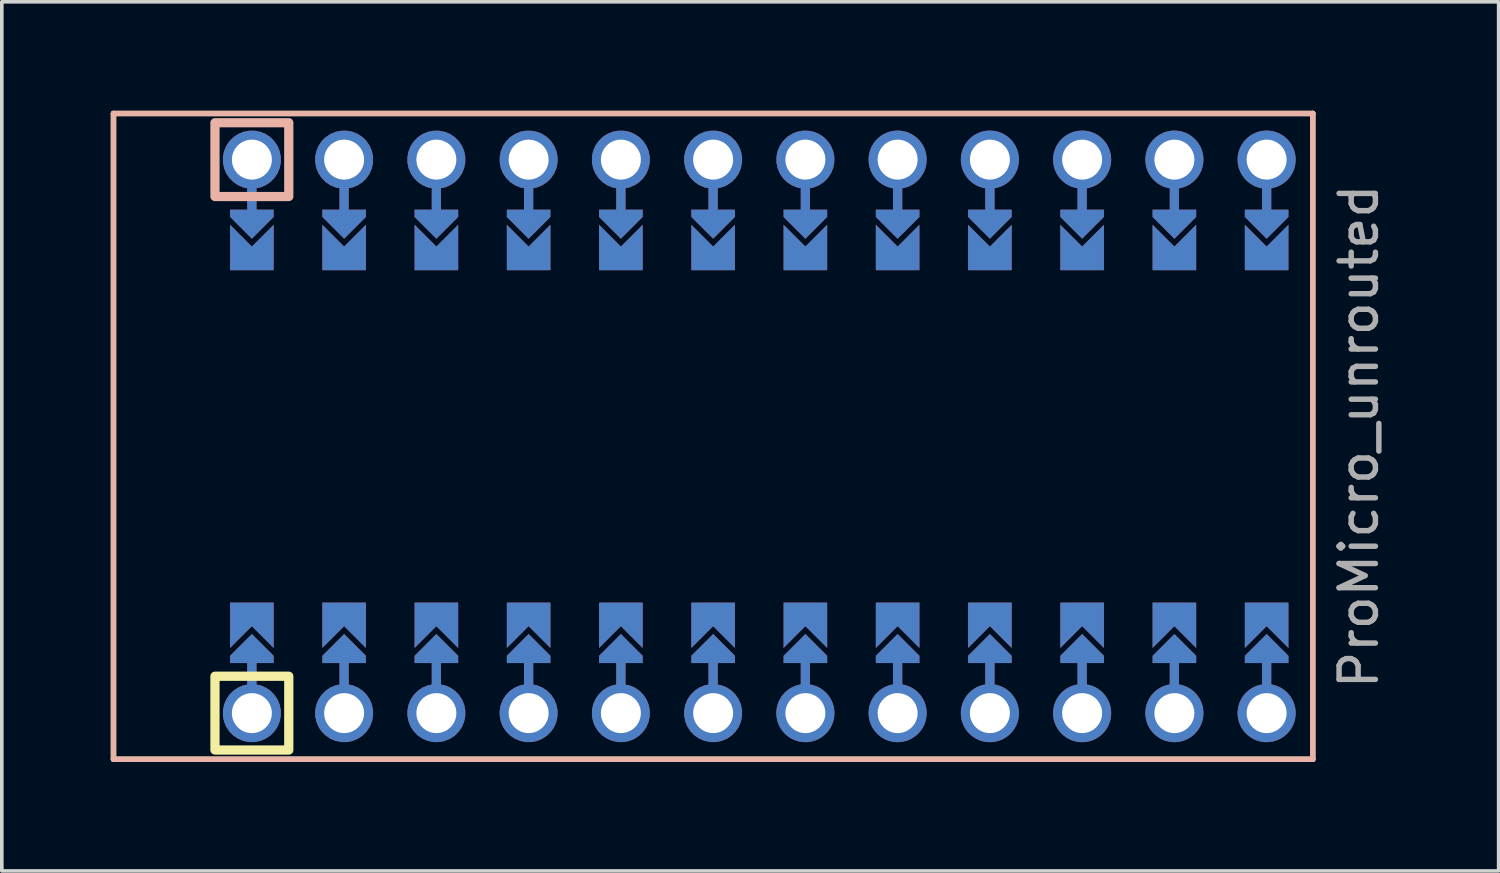
<source format=kicad_pcb>
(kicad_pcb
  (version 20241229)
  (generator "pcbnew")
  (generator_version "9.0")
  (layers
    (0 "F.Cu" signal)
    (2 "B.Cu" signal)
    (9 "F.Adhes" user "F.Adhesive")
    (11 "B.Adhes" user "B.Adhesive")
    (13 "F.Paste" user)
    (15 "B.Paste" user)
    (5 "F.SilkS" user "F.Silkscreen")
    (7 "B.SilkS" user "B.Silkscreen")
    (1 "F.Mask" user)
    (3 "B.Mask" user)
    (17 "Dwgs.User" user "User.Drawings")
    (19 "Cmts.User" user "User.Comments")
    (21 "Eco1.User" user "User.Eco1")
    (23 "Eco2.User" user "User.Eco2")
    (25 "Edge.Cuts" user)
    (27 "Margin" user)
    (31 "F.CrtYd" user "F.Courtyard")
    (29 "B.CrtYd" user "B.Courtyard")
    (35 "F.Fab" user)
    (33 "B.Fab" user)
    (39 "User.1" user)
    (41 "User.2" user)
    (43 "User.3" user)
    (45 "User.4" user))
  (footprint "ProMicro_unrouted"
    (layer "F.Cu")
    (at 17.855 8.965)
    (property "Reference" "ProMicro_unrouted" (at 16.51 0 90) (layer "F.Fab") (effects (font (size 1 1) (thickness 0.15))))
    (attr through_hole allow_soldermask_bridges)
    (private_layers "User.9")
    (fp_line (start 1.27 7.62) (end 1.27 5.842) (stroke (width 0.254) (type default)) (layer "F.Cu"))
    (fp_line (start 3.81 -7.62) (end 3.81 -5.842) (stroke (width 0.254) (type default)) (layer "F.Cu"))
    (fp_line (start 3.81 7.62) (end 3.81 5.842) (stroke (width 0.254) (type default)) (layer "F.Cu"))
    (fp_line (start 6.35 -7.62) (end 6.35 -5.842) (stroke (width 0.254) (type default)) (layer "F.Cu"))
    (fp_line (start 6.35 7.62) (end 6.35 5.842) (stroke (width 0.254) (type default)) (layer "F.Cu"))
    (fp_line (start 8.89 -7.62) (end 8.89 -5.842) (stroke (width 0.254) (type default)) (layer "F.Cu"))
    (fp_line (start 8.89 7.62) (end 8.89 5.842) (stroke (width 0.254) (type default)) (layer "F.Cu"))
    (fp_line (start 11.43 -7.62) (end 11.43 -5.842) (stroke (width 0.254) (type default)) (layer "F.Cu"))
    (fp_line (start 11.43 7.62) (end 11.43 5.842) (stroke (width 0.254) (type default)) (layer "F.Cu"))
    (fp_line (start 13.97 -7.62) (end 13.97 -5.842) (stroke (width 0.254) (type default)) (layer "F.Cu"))
    (fp_line (start 13.97 7.62) (end 13.97 5.842) (stroke (width 0.254) (type default)) (layer "F.Cu"))
    (fp_poly (pts (xy -14.478 5.08) (xy -13.462 5.08) (xy -13.462 6.096) (xy -14.478 6.096)) (stroke (width 0.2) (type solid)) (fill yes) (layer "F.Mask"))
    (fp_poly (pts (xy -13.462 -5.08) (xy -14.478 -5.08) (xy -14.478 -6.096) (xy -13.462 -6.096)) (stroke (width 0.2) (type solid)) (fill yes) (layer "F.Mask"))
    (fp_poly (pts (xy -11.938 5.08) (xy -10.922 5.08) (xy -10.922 6.096) (xy -11.938 6.096)) (stroke (width 0.2) (type solid)) (fill yes) (layer "F.Mask"))
    (fp_poly (pts (xy -10.922 -5.08) (xy -11.938 -5.08) (xy -11.938 -6.096) (xy -10.922 -6.096)) (stroke (width 0.2) (type solid)) (fill yes) (layer "F.Mask"))
    (fp_poly (pts (xy -9.398 5.08) (xy -8.382 5.08) (xy -8.382 6.096) (xy -9.398 6.096)) (stroke (width 0.2) (type solid)) (fill yes) (layer "F.Mask"))
    (fp_poly (pts (xy -8.382 -5.08) (xy -9.398 -5.08) (xy -9.398 -6.096) (xy -8.382 -6.096)) (stroke (width 0.2) (type solid)) (fill yes) (layer "F.Mask"))
    (fp_poly (pts (xy -6.858 5.08) (xy -5.842 5.08) (xy -5.842 6.096) (xy -6.858 6.096)) (stroke (width 0.2) (type solid)) (fill yes) (layer "F.Mask"))
    (fp_poly (pts (xy -5.842 -5.08) (xy -6.858 -5.08) (xy -6.858 -6.096) (xy -5.842 -6.096)) (stroke (width 0.2) (type solid)) (fill yes) (layer "F.Mask"))
    (fp_poly (pts (xy -4.318 5.08) (xy -3.302 5.08) (xy -3.302 6.096) (xy -4.318 6.096)) (stroke (width 0.2) (type solid)) (fill yes) (layer "F.Mask"))
    (fp_poly (pts (xy -3.302 -5.08) (xy -4.318 -5.08) (xy -4.318 -6.096) (xy -3.302 -6.096)) (stroke (width 0.2) (type solid)) (fill yes) (layer "F.Mask"))
    (fp_poly (pts (xy -1.778 5.08) (xy -0.762 5.08) (xy -0.762 6.096) (xy -1.778 6.096)) (stroke (width 0.2) (type solid)) (fill yes) (layer "F.Mask"))
    (fp_poly (pts (xy -0.762 -5.08) (xy -1.778 -5.08) (xy -1.778 -6.096) (xy -0.762 -6.096)) (stroke (width 0.2) (type solid)) (fill yes) (layer "F.Mask"))
    (fp_poly (pts (xy 0.762 5.08) (xy 1.778 5.08) (xy 1.778 6.096) (xy 0.762 6.096)) (stroke (width 0.2) (type solid)) (fill yes) (layer "F.Mask"))
    (fp_poly (pts (xy 1.778 -5.08) (xy 0.762 -5.08) (xy 0.762 -6.096) (xy 1.778 -6.096)) (stroke (width 0.2) (type solid)) (fill yes) (layer "F.Mask"))
    (fp_poly (pts (xy 3.302 5.08) (xy 4.318 5.08) (xy 4.318 6.096) (xy 3.302 6.096)) (stroke (width 0.2) (type solid)) (fill yes) (layer "F.Mask"))
    (fp_poly (pts (xy 4.318 -5.08) (xy 3.302 -5.08) (xy 3.302 -6.096) (xy 4.318 -6.096)) (stroke (width 0.2) (type solid)) (fill yes) (layer "F.Mask"))
    (fp_poly (pts (xy 5.842 5.08) (xy 6.858 5.08) (xy 6.858 6.096) (xy 5.842 6.096)) (stroke (width 0.2) (type solid)) (fill yes) (layer "F.Mask"))
    (fp_poly (pts (xy 6.858 -5.08) (xy 5.842 -5.08) (xy 5.842 -6.096) (xy 6.858 -6.096)) (stroke (width 0.2) (type solid)) (fill yes) (layer "F.Mask"))
    (fp_poly (pts (xy 8.382 5.08) (xy 9.398 5.08) (xy 9.398 6.096) (xy 8.382 6.096)) (stroke (width 0.2) (type solid)) (fill yes) (layer "F.Mask"))
    (fp_poly (pts (xy 9.398 -5.08) (xy 8.382 -5.08) (xy 8.382 -6.096) (xy 9.398 -6.096)) (stroke (width 0.2) (type solid)) (fill yes) (layer "F.Mask"))
    (fp_poly (pts (xy 10.922 5.08) (xy 11.938 5.08) (xy 11.938 6.096) (xy 10.922 6.096)) (stroke (width 0.2) (type solid)) (fill yes) (layer "F.Mask"))
    (fp_poly (pts (xy 11.938 -5.08) (xy 10.922 -5.08) (xy 10.922 -6.096) (xy 11.938 -6.096)) (stroke (width 0.2) (type solid)) (fill yes) (layer "F.Mask"))
    (fp_poly (pts (xy 13.462 5.08) (xy 14.478 5.08) (xy 14.478 6.096) (xy 13.462 6.096)) (stroke (width 0.2) (type solid)) (fill yes) (layer "F.Mask"))
    (fp_poly (pts (xy 14.478 -5.08) (xy 13.462 -5.08) (xy 13.462 -6.096) (xy 14.478 -6.096)) (stroke (width 0.2) (type solid)) (fill yes) (layer "F.Mask"))
    (fp_line (start 1.27 7.62) (end 1.27 5.842) (stroke (width 0.254) (type default)) (layer "B.Cu"))
    (fp_line (start 3.81 -7.62) (end 3.81 -5.842) (stroke (width 0.254) (type default)) (layer "B.Cu"))
    (fp_line (start 3.81 7.62) (end 3.81 5.842) (stroke (width 0.254) (type default)) (layer "B.Cu"))
    (fp_line (start 6.35 -7.62) (end 6.35 -5.842) (stroke (width 0.254) (type default)) (layer "B.Cu"))
    (fp_line (start 6.35 7.62) (end 6.35 5.842) (stroke (width 0.254) (type default)) (layer "B.Cu"))
    (fp_line (start 8.89 -7.62) (end 8.89 -5.842) (stroke (width 0.254) (type default)) (layer "B.Cu"))
    (fp_line (start 8.89 7.62) (end 8.89 5.842) (stroke (width 0.254) (type default)) (layer "B.Cu"))
    (fp_line (start 11.43 -7.62) (end 11.43 -5.842) (stroke (width 0.254) (type default)) (layer "B.Cu"))
    (fp_line (start 11.43 7.62) (end 11.43 5.842) (stroke (width 0.254) (type default)) (layer "B.Cu"))
    (fp_line (start 13.97 -7.62) (end 13.97 -5.842) (stroke (width 0.254) (type default)) (layer "B.Cu"))
    (fp_line (start 13.97 7.62) (end 13.97 5.842) (stroke (width 0.254) (type default)) (layer "B.Cu"))
    (fp_poly (pts (xy -14.478 5.08) (xy -13.462 5.08) (xy -13.462 6.096) (xy -14.478 6.096)) (stroke (width 0.2) (type solid)) (fill yes) (layer "B.Mask"))
    (fp_poly (pts (xy -13.462 -5.08) (xy -14.478 -5.08) (xy -14.478 -6.096) (xy -13.462 -6.096)) (stroke (width 0.2) (type solid)) (fill yes) (layer "B.Mask"))
    (fp_poly (pts (xy -11.938 5.08) (xy -10.922 5.08) (xy -10.922 6.096) (xy -11.938 6.096)) (stroke (width 0.2) (type solid)) (fill yes) (layer "B.Mask"))
    (fp_poly (pts (xy -10.922 -5.08) (xy -11.938 -5.08) (xy -11.938 -6.096) (xy -10.922 -6.096)) (stroke (width 0.2) (type solid)) (fill yes) (layer "B.Mask"))
    (fp_poly (pts (xy -9.398 5.08) (xy -8.382 5.08) (xy -8.382 6.096) (xy -9.398 6.096)) (stroke (width 0.2) (type solid)) (fill yes) (layer "B.Mask"))
    (fp_poly (pts (xy -8.382 -5.08) (xy -9.398 -5.08) (xy -9.398 -6.096) (xy -8.382 -6.096)) (stroke (width 0.2) (type solid)) (fill yes) (layer "B.Mask"))
    (fp_poly (pts (xy -6.858 5.08) (xy -5.842 5.08) (xy -5.842 6.096) (xy -6.858 6.096)) (stroke (width 0.2) (type solid)) (fill yes) (layer "B.Mask"))
    (fp_poly (pts (xy -5.842 -5.08) (xy -6.858 -5.08) (xy -6.858 -6.096) (xy -5.842 -6.096)) (stroke (width 0.2) (type solid)) (fill yes) (layer "B.Mask"))
    (fp_poly (pts (xy -4.318 5.08) (xy -3.302 5.08) (xy -3.302 6.096) (xy -4.318 6.096)) (stroke (width 0.2) (type solid)) (fill yes) (layer "B.Mask"))
    (fp_poly (pts (xy -3.302 -5.08) (xy -4.318 -5.08) (xy -4.318 -6.096) (xy -3.302 -6.096)) (stroke (width 0.2) (type solid)) (fill yes) (layer "B.Mask"))
    (fp_poly (pts (xy -1.778 5.08) (xy -0.762 5.08) (xy -0.762 6.096) (xy -1.778 6.096)) (stroke (width 0.2) (type solid)) (fill yes) (layer "B.Mask"))
    (fp_poly (pts (xy -0.762 -5.08) (xy -1.778 -5.08) (xy -1.778 -6.096) (xy -0.762 -6.096)) (stroke (width 0.2) (type solid)) (fill yes) (layer "B.Mask"))
    (fp_poly (pts (xy 0.762 5.08) (xy 1.778 5.08) (xy 1.778 6.096) (xy 0.762 6.096)) (stroke (width 0.2) (type solid)) (fill yes) (layer "B.Mask"))
    (fp_poly (pts (xy 1.778 -5.08) (xy 0.762 -5.08) (xy 0.762 -6.096) (xy 1.778 -6.096)) (stroke (width 0.2) (type solid)) (fill yes) (layer "B.Mask"))
    (fp_poly (pts (xy 3.302 5.08) (xy 4.318 5.08) (xy 4.318 6.096) (xy 3.302 6.096)) (stroke (width 0.2) (type solid)) (fill yes) (layer "B.Mask"))
    (fp_poly (pts (xy 4.318 -5.08) (xy 3.302 -5.08) (xy 3.302 -6.096) (xy 4.318 -6.096)) (stroke (width 0.2) (type solid)) (fill yes) (layer "B.Mask"))
    (fp_poly (pts (xy 5.842 5.08) (xy 6.858 5.08) (xy 6.858 6.096) (xy 5.842 6.096)) (stroke (width 0.2) (type solid)) (fill yes) (layer "B.Mask"))
    (fp_poly (pts (xy 6.858 -5.08) (xy 5.842 -5.08) (xy 5.842 -6.096) (xy 6.858 -6.096)) (stroke (width 0.2) (type solid)) (fill yes) (layer "B.Mask"))
    (fp_poly (pts (xy 8.382 5.08) (xy 9.398 5.08) (xy 9.398 6.096) (xy 8.382 6.096)) (stroke (width 0.2) (type solid)) (fill yes) (layer "B.Mask"))
    (fp_poly (pts (xy 9.398 -5.08) (xy 8.382 -5.08) (xy 8.382 -6.096) (xy 9.398 -6.096)) (stroke (width 0.2) (type solid)) (fill yes) (layer "B.Mask"))
    (fp_poly (pts (xy 10.922 5.08) (xy 11.938 5.08) (xy 11.938 6.096) (xy 10.922 6.096)) (stroke (width 0.2) (type solid)) (fill yes) (layer "B.Mask"))
    (fp_poly (pts (xy 11.938 -5.08) (xy 10.922 -5.08) (xy 10.922 -6.096) (xy 11.938 -6.096)) (stroke (width 0.2) (type solid)) (fill yes) (layer "B.Mask"))
    (fp_poly (pts (xy 13.462 5.08) (xy 14.478 5.08) (xy 14.478 6.096) (xy 13.462 6.096)) (stroke (width 0.2) (type solid)) (fill yes) (layer "B.Mask"))
    (fp_poly (pts (xy 14.478 -5.08) (xy 13.462 -5.08) (xy 13.462 -6.096) (xy 14.478 -6.096)) (stroke (width 0.2) (type solid)) (fill yes) (layer "B.Mask"))
    (fp_line (start -17.78 -8.89) (end 15.24 -8.89) (stroke (width 0.15) (type solid)) (layer "F.SilkS"))
    (fp_line (start -17.78 8.89) (end -17.78 -8.89) (stroke (width 0.15) (type solid)) (layer "F.SilkS"))
    (fp_line (start -17.78 8.89) (end 15.24 8.89) (stroke (width 0.15) (type solid)) (layer "F.SilkS"))
    (fp_line (start 15.24 -8.89) (end 15.24 8.89) (stroke (width 0.15) (type solid)) (layer "F.SilkS"))
    (fp_rect (start -14.986 6.604) (end -12.954 8.636) (stroke (width 0.254) (type solid)) (fill no) (layer "F.SilkS"))
    (fp_line (start -17.78 -8.89) (end 15.24 -8.89) (stroke (width 0.15) (type solid)) (layer "B.SilkS"))
    (fp_line (start -17.78 8.89) (end -17.78 -8.89) (stroke (width 0.15) (type solid)) (layer "B.SilkS"))
    (fp_line (start -17.78 8.89) (end 15.24 8.89) (stroke (width 0.15) (type solid)) (layer "B.SilkS"))
    (fp_line (start 15.24 -8.89) (end 15.24 8.89) (stroke (width 0.15) (type solid)) (layer "B.SilkS"))
    (fp_rect (start -14.986 -8.636) (end -12.954 -6.604) (stroke (width 0.254) (type solid)) (fill no) (layer "B.SilkS"))
    (fp_text_box "From original, needed to:\n- Change pin pads grouping into custom PTH pad of circle, line, triangle.\n- Set properties of pad clearance 0.14 mm and allow solder mask bridging across nets." (start -20.828 19.05) (end 21.082 27.432) (margins 0.8 0.8 0.8 0.8) (layer "User.9") (effects (font (size 1 1) (thickness 0.15)) (justify left top)) (border yes) (stroke (width 0.1) (type solid)))
    (fp_text_box "Jumpers are soldered on side away from MCU.\nSo the {dblquote}future pin 1{dblquote} square is on the MCU side, \nwhile the jumper to {dblquote}trace for net 1{dblquote} is on the opposite side." (start -20.828 10.541) (end 21.082 18.923) (margins 0.8 0.8 0.8 0.8) (layer "User.9") (effects (font (size 1 1) (thickness 0.15)) (justify left top)) (border yes) (stroke (width 0.1) (type solid)))
    (pad "" thru_hole custom (at -13.97 -7.62) (size 1.6 1.6) (drill 1.1) (layers "*.Cu" "*.Paste" "*.Mask") (options (anchor circle)) (primitives (gr_line (start 0 0) (end 0 1.778) (width 0.254)) (gr_poly (pts (xy 0.6 1.578) (xy 0 2.178) (xy -0.6 1.578) (xy -0.6 1.378) (xy 0.6 1.378)) (width 0) (fill yes))))
    (pad "" thru_hole custom (at -13.97 7.62) (size 1.6 1.6) (drill 1.1) (layers "*.Cu" "*.Paste" "*.Mask") (options (anchor circle)) (primitives (gr_line (start 0 0) (end 0 -1.778) (width 0.254)) (gr_poly (pts (xy -0.6 -1.578) (xy 0 -2.178) (xy 0.6 -1.578) (xy 0.6 -1.378) (xy -0.6 -1.378)) (width 0) (fill yes))))
    (pad "" thru_hole custom (at -11.43 -7.62) (size 1.6 1.6) (drill 1.1) (layers "*.Cu" "*.Paste" "*.Mask") (options (anchor circle)) (primitives (gr_line (start 0 0) (end 0 1.778) (width 0.254)) (gr_poly (pts (xy 0.6 1.578) (xy 0 2.178) (xy -0.6 1.578) (xy -0.6 1.378) (xy 0.6 1.378)) (width 0) (fill yes))))
    (pad "" thru_hole custom (at -11.43 7.62) (size 1.6 1.6) (drill 1.1) (layers "*.Cu" "*.Paste" "*.Mask") (options (anchor circle)) (primitives (gr_line (start 0 0) (end 0 -1.778) (width 0.254)) (gr_poly (pts (xy -0.6 -1.578) (xy 0 -2.178) (xy 0.6 -1.578) (xy 0.6 -1.378) (xy -0.6 -1.378)) (width 0) (fill yes))))
    (pad "" thru_hole custom (at -8.89 -7.62) (size 1.6 1.6) (drill 1.1) (layers "*.Cu" "*.Paste" "*.Mask") (options (anchor circle)) (primitives (gr_line (start 0 0) (end 0 1.778) (width 0.254)) (gr_poly (pts (xy 0.6 1.578) (xy 0 2.178) (xy -0.6 1.578) (xy -0.6 1.378) (xy 0.6 1.378)) (width 0) (fill yes))))
    (pad "" thru_hole custom (at -8.89 7.62) (size 1.6 1.6) (drill 1.1) (layers "*.Cu" "*.Paste" "*.Mask") (options (anchor circle)) (primitives (gr_line (start 0 0) (end 0 -1.778) (width 0.254)) (gr_poly (pts (xy -0.6 -1.578) (xy 0 -2.178) (xy 0.6 -1.578) (xy 0.6 -1.378) (xy -0.6 -1.378)) (width 0) (fill yes))))
    (pad "" thru_hole custom (at -6.35 -7.62) (size 1.6 1.6) (drill 1.1) (layers "*.Cu" "*.Paste" "*.Mask") (options (anchor circle)) (primitives (gr_line (start 0 0) (end 0 1.778) (width 0.254)) (gr_poly (pts (xy 0.6 1.578) (xy 0 2.178) (xy -0.6 1.578) (xy -0.6 1.378) (xy 0.6 1.378)) (width 0) (fill yes))))
    (pad "" thru_hole custom (at -6.35 7.62) (size 1.6 1.6) (drill 1.1) (layers "*.Cu" "*.Paste" "*.Mask") (options (anchor circle)) (primitives (gr_line (start 0 0) (end 0 -1.778) (width 0.254)) (gr_poly (pts (xy -0.6 -1.578) (xy 0 -2.178) (xy 0.6 -1.578) (xy 0.6 -1.378) (xy -0.6 -1.378)) (width 0) (fill yes))))
    (pad "" thru_hole custom (at -3.81 -7.62) (size 1.6 1.6) (drill 1.1) (layers "*.Cu" "*.Paste" "*.Mask") (options (anchor circle)) (primitives (gr_line (start 0 0) (end 0 1.778) (width 0.254)) (gr_poly (pts (xy 0.6 1.578) (xy 0 2.178) (xy -0.6 1.578) (xy -0.6 1.378) (xy 0.6 1.378)) (width 0) (fill yes))))
    (pad "" thru_hole custom (at -3.81 7.62) (size 1.6 1.6) (drill 1.1) (layers "*.Cu" "*.Paste" "*.Mask") (options (anchor circle)) (primitives (gr_line (start 0 0) (end 0 -1.778) (width 0.254)) (gr_poly (pts (xy -0.6 -1.578) (xy 0 -2.178) (xy 0.6 -1.578) (xy 0.6 -1.378) (xy -0.6 -1.378)) (width 0) (fill yes))))
    (pad "" thru_hole custom (at -1.27 -7.62) (size 1.6 1.6) (drill 1.1) (layers "*.Cu" "*.Paste" "*.Mask") (options (anchor circle)) (primitives (gr_line (start 0 0) (end 0 1.778) (width 0.254)) (gr_poly (pts (xy 0.6 1.578) (xy 0 2.178) (xy -0.6 1.578) (xy -0.6 1.378) (xy 0.6 1.378)) (width 0) (fill yes))))
    (pad "" thru_hole custom (at -1.27 7.62) (size 1.6 1.6) (drill 1.1) (layers "*.Cu" "*.Paste" "*.Mask") (options (anchor circle)) (primitives (gr_line (start 0 0) (end 0 -1.778) (width 0.254)) (gr_poly (pts (xy -0.6 -1.578) (xy 0 -2.178) (xy 0.6 -1.578) (xy 0.6 -1.378) (xy -0.6 -1.378)) (width 0) (fill yes))))
    (pad "" thru_hole custom (at 1.27 -7.62) (size 1.6 1.6) (drill 1.1) (layers "*.Cu" "*.Paste" "*.Mask") (options (anchor circle)) (primitives (gr_line (start 0 0) (end 0 1.778) (width 0.254)) (gr_poly (pts (xy 0.6 1.578) (xy 0 2.178) (xy -0.6 1.578) (xy -0.6 1.378) (xy 0.6 1.378)) (width 0) (fill yes))))
    (pad "" smd custom (at 1.27 5.842 180) (size 0.1 0.1) (layers "F.Cu" "F.Mask") (options (anchor rect)) (primitives (gr_poly (pts (xy 0.6 -0.4) (xy -0.6 -0.4) (xy -0.6 -0.2) (xy 0 0.4) (xy 0.6 -0.2)) (width 0) (fill yes))))
    (pad "" smd custom (at 1.27 5.842 180) (size 0.1 0.1) (layers "B.Cu" "B.Mask") (options (anchor rect)) (primitives (gr_poly (pts (xy 0.6 -0.4) (xy -0.6 -0.4) (xy -0.6 -0.2) (xy 0 0.4) (xy 0.6 -0.2)) (width 0) (fill yes))))
    (pad "" thru_hole circle (at 1.27 7.62) (size 1.6 1.6) (drill 1.1) (layers "*.Cu" "*.Paste" "*.Mask"))
    (pad "" thru_hole circle (at 3.81 -7.62) (size 1.6 1.6) (drill 1.1) (layers "*.Cu" "*.Paste" "*.Mask"))
    (pad "" smd custom (at 3.81 -5.842) (size 0.1 0.1) (layers "F.Cu" "F.Mask") (options (anchor rect)) (primitives (gr_poly (pts (xy 0.6 -0.4) (xy -0.6 -0.4) (xy -0.6 -0.2) (xy 0 0.4) (xy 0.6 -0.2)) (width 0) (fill yes))))
    (pad "" smd custom (at 3.81 -5.842) (size 0.1 0.1) (layers "B.Cu" "B.Mask") (options (anchor rect)) (primitives (gr_poly (pts (xy 0.6 -0.4) (xy -0.6 -0.4) (xy -0.6 -0.2) (xy 0 0.4) (xy 0.6 -0.2)) (width 0) (fill yes))))
    (pad "" smd custom (at 3.81 5.842 180) (size 0.1 0.1) (layers "F.Cu" "F.Mask") (options (anchor rect)) (primitives (gr_poly (pts (xy 0.6 -0.4) (xy -0.6 -0.4) (xy -0.6 -0.2) (xy 0 0.4) (xy 0.6 -0.2)) (width 0) (fill yes))))
    (pad "" smd custom (at 3.81 5.842 180) (size 0.1 0.1) (layers "B.Cu" "B.Mask") (options (anchor rect)) (primitives (gr_poly (pts (xy 0.6 -0.4) (xy -0.6 -0.4) (xy -0.6 -0.2) (xy 0 0.4) (xy 0.6 -0.2)) (width 0) (fill yes))))
    (pad "" thru_hole circle (at 3.81 7.62) (size 1.6 1.6) (drill 1.1) (layers "*.Cu" "*.Paste" "*.Mask"))
    (pad "" thru_hole circle (at 6.35 -7.62) (size 1.6 1.6) (drill 1.1) (layers "*.Cu" "*.Paste" "*.Mask"))
    (pad "" smd custom (at 6.35 -5.842) (size 0.1 0.1) (layers "F.Cu" "F.Mask") (options (anchor rect)) (primitives (gr_poly (pts (xy 0.6 -0.4) (xy -0.6 -0.4) (xy -0.6 -0.2) (xy 0 0.4) (xy 0.6 -0.2)) (width 0) (fill yes))))
    (pad "" smd custom (at 6.35 -5.842) (size 0.1 0.1) (layers "B.Cu" "B.Mask") (options (anchor rect)) (primitives (gr_poly (pts (xy 0.6 -0.4) (xy -0.6 -0.4) (xy -0.6 -0.2) (xy 0 0.4) (xy 0.6 -0.2)) (width 0) (fill yes))))
    (pad "" smd custom (at 6.35 5.842 180) (size 0.1 0.1) (layers "F.Cu" "F.Mask") (options (anchor rect)) (primitives (gr_poly (pts (xy 0.6 -0.4) (xy -0.6 -0.4) (xy -0.6 -0.2) (xy 0 0.4) (xy 0.6 -0.2)) (width 0) (fill yes))))
    (pad "" smd custom (at 6.35 5.842 180) (size 0.1 0.1) (layers "B.Cu" "B.Mask") (options (anchor rect)) (primitives (gr_poly (pts (xy 0.6 -0.4) (xy -0.6 -0.4) (xy -0.6 -0.2) (xy 0 0.4) (xy 0.6 -0.2)) (width 0) (fill yes))))
    (pad "" thru_hole circle (at 6.35 7.62) (size 1.6 1.6) (drill 1.1) (layers "*.Cu" "*.Paste" "*.Mask"))
    (pad "" thru_hole circle (at 8.89 -7.62) (size 1.6 1.6) (drill 1.1) (layers "*.Cu" "*.Paste" "*.Mask"))
    (pad "" smd custom (at 8.89 -5.842) (size 0.1 0.1) (layers "F.Cu" "F.Mask") (options (anchor rect)) (primitives (gr_poly (pts (xy 0.6 -0.4) (xy -0.6 -0.4) (xy -0.6 -0.2) (xy 0 0.4) (xy 0.6 -0.2)) (width 0) (fill yes))))
    (pad "" smd custom (at 8.89 -5.842) (size 0.1 0.1) (layers "B.Cu" "B.Mask") (options (anchor rect)) (primitives (gr_poly (pts (xy 0.6 -0.4) (xy -0.6 -0.4) (xy -0.6 -0.2) (xy 0 0.4) (xy 0.6 -0.2)) (width 0) (fill yes))))
    (pad "" smd custom (at 8.89 5.842 180) (size 0.1 0.1) (layers "F.Cu" "F.Mask") (options (anchor rect)) (primitives (gr_poly (pts (xy 0.6 -0.4) (xy -0.6 -0.4) (xy -0.6 -0.2) (xy 0 0.4) (xy 0.6 -0.2)) (width 0) (fill yes))))
    (pad "" smd custom (at 8.89 5.842 180) (size 0.1 0.1) (layers "B.Cu" "B.Mask") (options (anchor rect)) (primitives (gr_poly (pts (xy 0.6 -0.4) (xy -0.6 -0.4) (xy -0.6 -0.2) (xy 0 0.4) (xy 0.6 -0.2)) (width 0) (fill yes))))
    (pad "" thru_hole circle (at 8.89 7.62) (size 1.6 1.6) (drill 1.1) (layers "*.Cu" "*.Paste" "*.Mask"))
    (pad "" thru_hole circle (at 11.43 -7.62) (size 1.6 1.6) (drill 1.1) (layers "*.Cu" "*.Paste" "*.Mask"))
    (pad "" smd custom (at 11.43 -5.842) (size 0.1 0.1) (layers "F.Cu" "F.Mask") (options (anchor rect)) (primitives (gr_poly (pts (xy 0.6 -0.4) (xy -0.6 -0.4) (xy -0.6 -0.2) (xy 0 0.4) (xy 0.6 -0.2)) (width 0) (fill yes))))
    (pad "" smd custom (at 11.43 -5.842) (size 0.1 0.1) (layers "B.Cu" "B.Mask") (options (anchor rect)) (primitives (gr_poly (pts (xy 0.6 -0.4) (xy -0.6 -0.4) (xy -0.6 -0.2) (xy 0 0.4) (xy 0.6 -0.2)) (width 0) (fill yes))))
    (pad "" smd custom (at 11.43 5.842 180) (size 0.1 0.1) (layers "F.Cu" "F.Mask") (options (anchor rect)) (primitives (gr_poly (pts (xy 0.6 -0.4) (xy -0.6 -0.4) (xy -0.6 -0.2) (xy 0 0.4) (xy 0.6 -0.2)) (width 0) (fill yes))))
    (pad "" smd custom (at 11.43 5.842 180) (size 0.1 0.1) (layers "B.Cu" "B.Mask") (options (anchor rect)) (primitives (gr_poly (pts (xy 0.6 -0.4) (xy -0.6 -0.4) (xy -0.6 -0.2) (xy 0 0.4) (xy 0.6 -0.2)) (width 0) (fill yes))))
    (pad "" thru_hole circle (at 11.43 7.62) (size 1.6 1.6) (drill 1.1) (layers "*.Cu" "*.Paste" "*.Mask"))
    (pad "" thru_hole circle (at 13.97 -7.62) (size 1.6 1.6) (drill 1.1) (layers "*.Cu" "*.Paste" "*.Mask"))
    (pad "" smd custom (at 13.97 -5.842) (size 0.1 0.1) (layers "F.Cu" "F.Mask") (options (anchor rect)) (primitives (gr_poly (pts (xy 0.6 -0.4) (xy -0.6 -0.4) (xy -0.6 -0.2) (xy 0 0.4) (xy 0.6 -0.2)) (width 0) (fill yes))))
    (pad "" smd custom (at 13.97 -5.842) (size 0.1 0.1) (layers "B.Cu" "B.Mask") (options (anchor rect)) (primitives (gr_poly (pts (xy 0.6 -0.4) (xy -0.6 -0.4) (xy -0.6 -0.2) (xy 0 0.4) (xy 0.6 -0.2)) (width 0) (fill yes))))
    (pad "" smd custom (at 13.97 5.842 180) (size 0.1 0.1) (layers "F.Cu" "F.Mask") (options (anchor rect)) (primitives (gr_poly (pts (xy 0.6 -0.4) (xy -0.6 -0.4) (xy -0.6 -0.2) (xy 0 0.4) (xy 0.6 -0.2)) (width 0) (fill yes))))
    (pad "" smd custom (at 13.97 5.842 180) (size 0.1 0.1) (layers "B.Cu" "B.Mask") (options (anchor rect)) (primitives (gr_poly (pts (xy 0.6 -0.4) (xy -0.6 -0.4) (xy -0.6 -0.2) (xy 0 0.4) (xy 0.6 -0.2)) (width 0) (fill yes))))
    (pad "" thru_hole circle (at 13.97 7.62) (size 1.6 1.6) (drill 1.1) (layers "*.Cu" "*.Paste" "*.Mask"))
    (pad "1" smd custom (at -13.97 -4.826) (size 1.2 0.5) (layers "F.Cu" "F.Mask") (options (anchor rect)) (primitives (gr_poly (pts (xy 0.6 0) (xy -0.6 0) (xy -0.6 -1) (xy 0 -0.4) (xy 0.6 -1)) (width 0) (fill yes))))
    (pad "1" smd custom (at -13.97 4.826 180) (size 1.2 0.5) (layers "B.Cu" "B.Mask") (options (anchor rect)) (primitives (gr_poly (pts (xy 0.6 0) (xy -0.6 0) (xy -0.6 -1) (xy 0 -0.4) (xy 0.6 -1)) (width 0) (fill yes))))
    (pad "2" smd custom (at -11.43 -4.826) (size 1.2 0.5) (layers "F.Cu" "F.Mask") (options (anchor rect)) (primitives (gr_poly (pts (xy 0.6 0) (xy -0.6 0) (xy -0.6 -1) (xy 0 -0.4) (xy 0.6 -1)) (width 0) (fill yes))))
    (pad "2" smd custom (at -11.43 4.826 180) (size 1.2 0.5) (layers "B.Cu" "B.Mask") (options (anchor rect)) (primitives (gr_poly (pts (xy 0.6 0) (xy -0.6 0) (xy -0.6 -1) (xy 0 -0.4) (xy 0.6 -1)) (width 0) (fill yes))))
    (pad "3" smd custom (at -8.89 -4.826) (size 1.2 0.5) (layers "F.Cu" "F.Mask") (options (anchor rect)) (primitives (gr_poly (pts (xy 0.6 0) (xy -0.6 0) (xy -0.6 -1) (xy 0 -0.4) (xy 0.6 -1)) (width 0) (fill yes))))
    (pad "3" smd custom (at -8.89 4.826 180) (size 1.2 0.5) (layers "B.Cu" "B.Mask") (options (anchor rect)) (primitives (gr_poly (pts (xy 0.6 0) (xy -0.6 0) (xy -0.6 -1) (xy 0 -0.4) (xy 0.6 -1)) (width 0) (fill yes))))
    (pad "4" smd custom (at -6.35 -4.826) (size 1.2 0.5) (layers "F.Cu" "F.Mask") (options (anchor rect)) (primitives (gr_poly (pts (xy 0.6 0) (xy -0.6 0) (xy -0.6 -1) (xy 0 -0.4) (xy 0.6 -1)) (width 0) (fill yes))))
    (pad "4" smd custom (at -6.35 4.826 180) (size 1.2 0.5) (layers "B.Cu" "B.Mask") (options (anchor rect)) (primitives (gr_poly (pts (xy 0.6 0) (xy -0.6 0) (xy -0.6 -1) (xy 0 -0.4) (xy 0.6 -1)) (width 0) (fill yes))))
    (pad "5" smd custom (at -3.81 -4.826) (size 1.2 0.5) (layers "F.Cu" "F.Mask") (options (anchor rect)) (primitives (gr_poly (pts (xy 0.6 0) (xy -0.6 0) (xy -0.6 -1) (xy 0 -0.4) (xy 0.6 -1)) (width 0) (fill yes))))
    (pad "5" smd custom (at -3.81 4.826 180) (size 1.2 0.5) (layers "B.Cu" "B.Mask") (options (anchor rect)) (primitives (gr_poly (pts (xy 0.6 0) (xy -0.6 0) (xy -0.6 -1) (xy 0 -0.4) (xy 0.6 -1)) (width 0) (fill yes))))
    (pad "6" smd custom (at -1.27 -4.826) (size 1.2 0.5) (layers "F.Cu" "F.Mask") (options (anchor rect)) (primitives (gr_poly (pts (xy 0.6 0) (xy -0.6 0) (xy -0.6 -1) (xy 0 -0.4) (xy 0.6 -1)) (width 0) (fill yes))))
    (pad "6" smd custom (at -1.27 4.826 180) (size 1.2 0.5) (layers "B.Cu" "B.Mask") (options (anchor rect)) (primitives (gr_poly (pts (xy 0.6 0) (xy -0.6 0) (xy -0.6 -1) (xy 0 -0.4) (xy 0.6 -1)) (width 0) (fill yes))))
    (pad "7" smd custom (at 1.27 -4.826) (size 1.2 0.5) (layers "F.Cu" "F.Mask") (options (anchor rect)) (primitives (gr_poly (pts (xy 0.6 0) (xy -0.6 0) (xy -0.6 -1) (xy 0 -0.4) (xy 0.6 -1)) (width 0) (fill yes))))
    (pad "7" smd custom (at 1.27 4.826 180) (size 1.2 0.5) (layers "B.Cu" "B.Mask") (options (anchor rect)) (primitives (gr_poly (pts (xy 0.6 0) (xy -0.6 0) (xy -0.6 -1) (xy 0 -0.4) (xy 0.6 -1)) (width 0) (fill yes))))
    (pad "8" smd custom (at 3.81 -4.826) (size 1.2 0.5) (layers "F.Cu" "F.Mask") (options (anchor rect)) (primitives (gr_poly (pts (xy 0.6 0) (xy -0.6 0) (xy -0.6 -1) (xy 0 -0.4) (xy 0.6 -1)) (width 0) (fill yes))))
    (pad "8" smd custom (at 3.81 4.826 180) (size 1.2 0.5) (layers "B.Cu" "B.Mask") (options (anchor rect)) (primitives (gr_poly (pts (xy 0.6 0) (xy -0.6 0) (xy -0.6 -1) (xy 0 -0.4) (xy 0.6 -1)) (width 0) (fill yes))))
    (pad "9" smd custom (at 6.35 -4.826) (size 1.2 0.5) (layers "F.Cu" "F.Mask") (options (anchor rect)) (primitives (gr_poly (pts (xy 0.6 0) (xy -0.6 0) (xy -0.6 -1) (xy 0 -0.4) (xy 0.6 -1)) (width 0) (fill yes))))
    (pad "9" smd custom (at 6.35 4.826 180) (size 1.2 0.5) (layers "B.Cu" "B.Mask") (options (anchor rect)) (primitives (gr_poly (pts (xy 0.6 0) (xy -0.6 0) (xy -0.6 -1) (xy 0 -0.4) (xy 0.6 -1)) (width 0) (fill yes))))
    (pad "10" smd custom (at 8.89 -4.826) (size 1.2 0.5) (layers "F.Cu" "F.Mask") (options (anchor rect)) (primitives (gr_poly (pts (xy 0.6 0) (xy -0.6 0) (xy -0.6 -1) (xy 0 -0.4) (xy 0.6 -1)) (width 0) (fill yes))))
    (pad "10" smd custom (at 8.89 4.826 180) (size 1.2 0.5) (layers "B.Cu" "B.Mask") (options (anchor rect)) (primitives (gr_poly (pts (xy 0.6 0) (xy -0.6 0) (xy -0.6 -1) (xy 0 -0.4) (xy 0.6 -1)) (width 0) (fill yes))))
    (pad "11" smd custom (at 11.43 -4.826) (size 1.2 0.5) (layers "F.Cu" "F.Mask") (options (anchor rect)) (primitives (gr_poly (pts (xy 0.6 0) (xy -0.6 0) (xy -0.6 -1) (xy 0 -0.4) (xy 0.6 -1)) (width 0) (fill yes))))
    (pad "11" smd custom (at 11.43 4.826 180) (size 1.2 0.5) (layers "B.Cu" "B.Mask") (options (anchor rect)) (primitives (gr_poly (pts (xy 0.6 0) (xy -0.6 0) (xy -0.6 -1) (xy 0 -0.4) (xy 0.6 -1)) (width 0) (fill yes))))
    (pad "12" smd custom (at 13.97 -4.826) (size 1.2 0.5) (layers "F.Cu" "F.Mask") (options (anchor rect)) (primitives (gr_poly (pts (xy 0.6 0) (xy -0.6 0) (xy -0.6 -1) (xy 0 -0.4) (xy 0.6 -1)) (width 0) (fill yes))))
    (pad "12" smd custom (at 13.97 4.826 180) (size 1.2 0.5) (layers "B.Cu" "B.Mask") (options (anchor rect)) (primitives (gr_poly (pts (xy 0.6 0) (xy -0.6 0) (xy -0.6 -1) (xy 0 -0.4) (xy 0.6 -1)) (width 0) (fill yes))))
    (pad "13" smd custom (at 13.97 -4.826) (size 1.2 0.5) (layers "B.Cu" "B.Mask") (options (anchor rect)) (primitives (gr_poly (pts (xy 0.6 0) (xy -0.6 0) (xy -0.6 -1) (xy 0 -0.4) (xy 0.6 -1)) (width 0) (fill yes))))
    (pad "13" smd custom (at 13.97 4.826 180) (size 1.2 0.5) (layers "F.Cu" "F.Mask") (options (anchor rect)) (primitives (gr_poly (pts (xy 0.6 0) (xy -0.6 0) (xy -0.6 -1) (xy 0 -0.4) (xy 0.6 -1)) (width 0) (fill yes))))
    (pad "14" smd custom (at 11.43 -4.826) (size 1.2 0.5) (layers "B.Cu" "B.Mask") (options (anchor rect)) (primitives (gr_poly (pts (xy 0.6 0) (xy -0.6 0) (xy -0.6 -1) (xy 0 -0.4) (xy 0.6 -1)) (width 0) (fill yes))))
    (pad "14" smd custom (at 11.43 4.826 180) (size 1.2 0.5) (layers "F.Cu" "F.Mask") (options (anchor rect)) (primitives (gr_poly (pts (xy 0.6 0) (xy -0.6 0) (xy -0.6 -1) (xy 0 -0.4) (xy 0.6 -1)) (width 0) (fill yes))))
    (pad "15" smd custom (at 8.89 -4.826) (size 1.2 0.5) (layers "B.Cu" "B.Mask") (options (anchor rect)) (primitives (gr_poly (pts (xy 0.6 0) (xy -0.6 0) (xy -0.6 -1) (xy 0 -0.4) (xy 0.6 -1)) (width 0) (fill yes))))
    (pad "15" smd custom (at 8.89 4.826 180) (size 1.2 0.5) (layers "F.Cu" "F.Mask") (options (anchor rect)) (primitives (gr_poly (pts (xy 0.6 0) (xy -0.6 0) (xy -0.6 -1) (xy 0 -0.4) (xy 0.6 -1)) (width 0) (fill yes))))
    (pad "16" smd custom (at 6.35 -4.826) (size 1.2 0.5) (layers "B.Cu" "B.Mask") (options (anchor rect)) (primitives (gr_poly (pts (xy 0.6 0) (xy -0.6 0) (xy -0.6 -1) (xy 0 -0.4) (xy 0.6 -1)) (width 0) (fill yes))))
    (pad "16" smd custom (at 6.35 4.826 180) (size 1.2 0.5) (layers "F.Cu" "F.Mask") (options (anchor rect)) (primitives (gr_poly (pts (xy 0.6 0) (xy -0.6 0) (xy -0.6 -1) (xy 0 -0.4) (xy 0.6 -1)) (width 0) (fill yes))))
    (pad "17" smd custom (at 3.81 -4.826) (size 1.2 0.5) (layers "B.Cu" "B.Mask") (options (anchor rect)) (primitives (gr_poly (pts (xy 0.6 0) (xy -0.6 0) (xy -0.6 -1) (xy 0 -0.4) (xy 0.6 -1)) (width 0) (fill yes))))
    (pad "17" smd custom (at 3.81 4.826 180) (size 1.2 0.5) (layers "F.Cu" "F.Mask") (options (anchor rect)) (primitives (gr_poly (pts (xy 0.6 0) (xy -0.6 0) (xy -0.6 -1) (xy 0 -0.4) (xy 0.6 -1)) (width 0) (fill yes))))
    (pad "18" smd custom (at 1.27 -4.826) (size 1.2 0.5) (layers "B.Cu" "B.Mask") (options (anchor rect)) (primitives (gr_poly (pts (xy 0.6 0) (xy -0.6 0) (xy -0.6 -1) (xy 0 -0.4) (xy 0.6 -1)) (width 0) (fill yes))))
    (pad "18" smd custom (at 1.27 4.826 180) (size 1.2 0.5) (layers "F.Cu" "F.Mask") (options (anchor rect)) (primitives (gr_poly (pts (xy 0.6 0) (xy -0.6 0) (xy -0.6 -1) (xy 0 -0.4) (xy 0.6 -1)) (width 0) (fill yes))))
    (pad "19" smd custom (at -1.27 -4.826) (size 1.2 0.5) (layers "B.Cu" "B.Mask") (options (anchor rect)) (primitives (gr_poly (pts (xy 0.6 0) (xy -0.6 0) (xy -0.6 -1) (xy 0 -0.4) (xy 0.6 -1)) (width 0) (fill yes))))
    (pad "19" smd custom (at -1.27 4.826 180) (size 1.2 0.5) (layers "F.Cu" "F.Mask") (options (anchor rect)) (primitives (gr_poly (pts (xy 0.6 0) (xy -0.6 0) (xy -0.6 -1) (xy 0 -0.4) (xy 0.6 -1)) (width 0) (fill yes))))
    (pad "20" smd custom (at -3.81 -4.826) (size 1.2 0.5) (layers "B.Cu" "B.Mask") (options (anchor rect)) (primitives (gr_poly (pts (xy 0.6 0) (xy -0.6 0) (xy -0.6 -1) (xy 0 -0.4) (xy 0.6 -1)) (width 0) (fill yes))))
    (pad "20" smd custom (at -3.81 4.826 180) (size 1.2 0.5) (layers "F.Cu" "F.Mask") (options (anchor rect)) (primitives (gr_poly (pts (xy 0.6 0) (xy -0.6 0) (xy -0.6 -1) (xy 0 -0.4) (xy 0.6 -1)) (width 0) (fill yes))))
    (pad "21" smd custom (at -6.35 -4.826) (size 1.2 0.5) (layers "B.Cu" "B.Mask") (options (anchor rect)) (primitives (gr_poly (pts (xy 0.6 0) (xy -0.6 0) (xy -0.6 -1) (xy 0 -0.4) (xy 0.6 -1)) (width 0) (fill yes))))
    (pad "21" smd custom (at -6.35 4.826 180) (size 1.2 0.5) (layers "F.Cu" "F.Mask") (options (anchor rect)) (primitives (gr_poly (pts (xy 0.6 0) (xy -0.6 0) (xy -0.6 -1) (xy 0 -0.4) (xy 0.6 -1)) (width 0) (fill yes))))
    (pad "22" smd custom (at -8.89 -4.826) (size 1.2 0.5) (layers "B.Cu" "B.Mask") (options (anchor rect)) (primitives (gr_poly (pts (xy 0.6 0) (xy -0.6 0) (xy -0.6 -1) (xy 0 -0.4) (xy 0.6 -1)) (width 0) (fill yes))))
    (pad "22" smd custom (at -8.89 4.826 180) (size 1.2 0.5) (layers "F.Cu" "F.Mask") (options (anchor rect)) (primitives (gr_poly (pts (xy 0.6 0) (xy -0.6 0) (xy -0.6 -1) (xy 0 -0.4) (xy 0.6 -1)) (width 0) (fill yes))))
    (pad "23" smd custom (at -11.43 -4.826) (size 1.2 0.5) (layers "B.Cu" "B.Mask") (options (anchor rect)) (primitives (gr_poly (pts (xy 0.6 0) (xy -0.6 0) (xy -0.6 -1) (xy 0 -0.4) (xy 0.6 -1)) (width 0) (fill yes))))
    (pad "23" smd custom (at -11.43 4.826 180) (size 1.2 0.5) (layers "F.Cu" "F.Mask") (options (anchor rect)) (primitives (gr_poly (pts (xy 0.6 0) (xy -0.6 0) (xy -0.6 -1) (xy 0 -0.4) (xy 0.6 -1)) (width 0) (fill yes))))
    (pad "24" smd custom (at -13.97 -4.826) (size 1.2 0.5) (layers "B.Cu" "B.Mask") (options (anchor rect)) (primitives (gr_poly (pts (xy 0.6 0) (xy -0.6 0) (xy -0.6 -1) (xy 0 -0.4) (xy 0.6 -1)) (width 0) (fill yes))))
    (pad "24" smd custom (at -13.97 4.826 180) (size 1.2 0.5) (layers "F.Cu" "F.Mask") (options (anchor rect)) (primitives (gr_poly (pts (xy 0.6 0) (xy -0.6 0) (xy -0.6 -1) (xy 0 -0.4) (xy 0.6 -1)) (width 0) (fill yes)))))
  (gr_rect
    (start -3 -3)
    (end 38.213 20.93)
    (stroke (width 0.1) (type default))
    (fill no)
    (layer "Edge.Cuts")))
</source>
